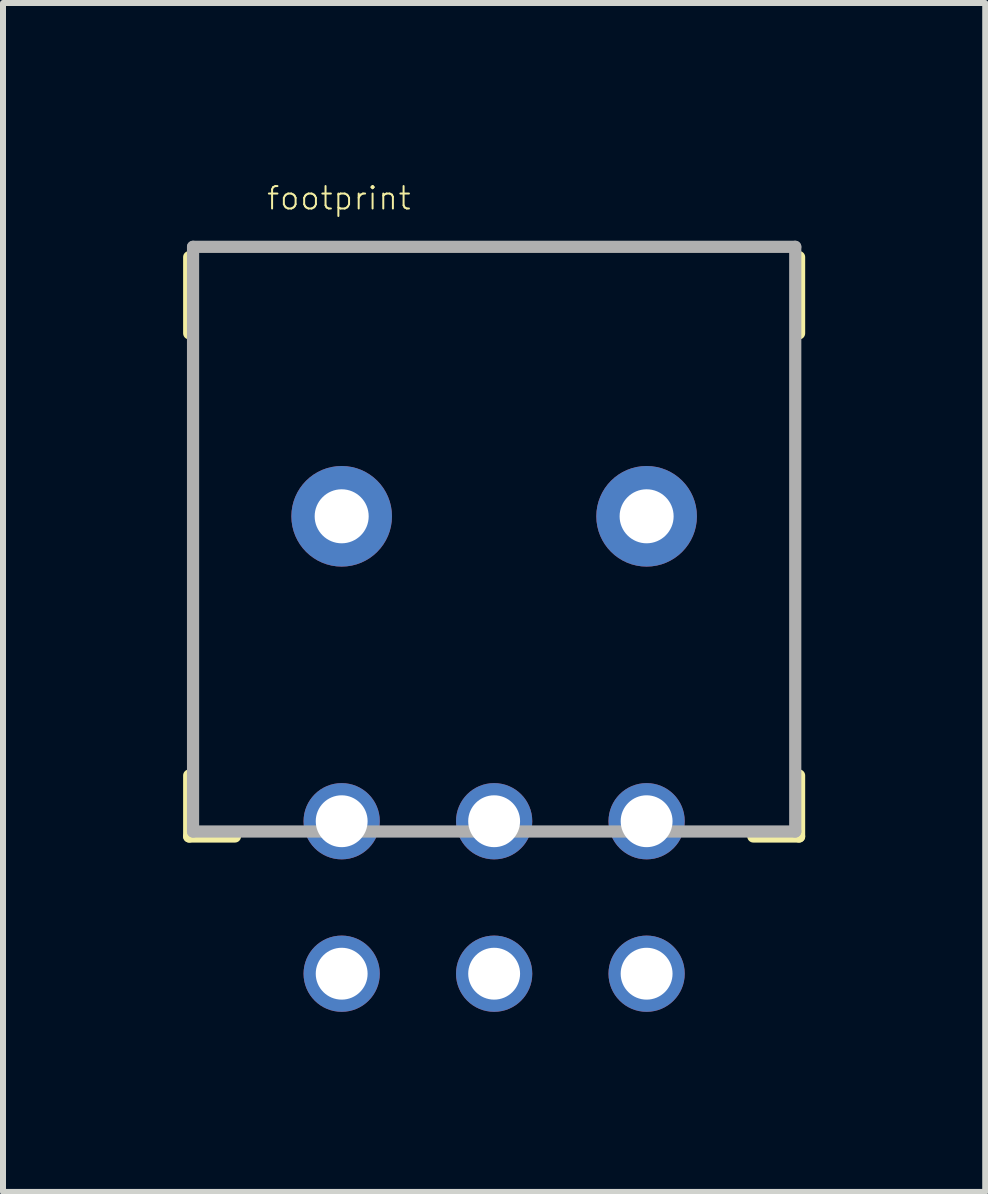
<source format=kicad_pcb>
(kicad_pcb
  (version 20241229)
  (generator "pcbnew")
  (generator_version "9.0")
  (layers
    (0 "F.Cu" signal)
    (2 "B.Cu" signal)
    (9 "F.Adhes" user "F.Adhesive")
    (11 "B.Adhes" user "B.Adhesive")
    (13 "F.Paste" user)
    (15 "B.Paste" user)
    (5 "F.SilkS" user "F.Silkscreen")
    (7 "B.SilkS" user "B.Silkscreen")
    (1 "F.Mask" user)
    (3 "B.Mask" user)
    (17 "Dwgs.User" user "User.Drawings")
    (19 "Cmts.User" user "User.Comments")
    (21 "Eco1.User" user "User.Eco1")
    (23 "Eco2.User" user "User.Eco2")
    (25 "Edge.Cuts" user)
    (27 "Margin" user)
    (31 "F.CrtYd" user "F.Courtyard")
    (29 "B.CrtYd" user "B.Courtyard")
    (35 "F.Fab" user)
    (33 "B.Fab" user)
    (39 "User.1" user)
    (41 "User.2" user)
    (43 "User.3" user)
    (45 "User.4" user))
  (footprint "footprint"
    (layer "F.Cu")
    (at 5.182 13.171)
    (property "Reference" "footprint" (at -3.81 -12.7 0) (layer "F.SilkS") (effects (font (size 0.374 0.374) (thickness 0.033)) (justify left bottom)))
    (fp_line (start -5.08 -10.668) (end -5.08 -11.938) (stroke (width 0.203) (type solid)) (layer "F.SilkS"))
    (fp_line (start -5.08 -2.286) (end -5.08 -3.302) (stroke (width 0.203) (type solid)) (layer "F.SilkS"))
    (fp_line (start -4.318 -2.286) (end -5.08 -2.286) (stroke (width 0.203) (type solid)) (layer "F.SilkS"))
    (fp_line (start 4.318 -2.286) (end 5.08 -2.286) (stroke (width 0.203) (type solid)) (layer "F.SilkS"))
    (fp_line (start 5.08 -10.668) (end 5.08 -11.938) (stroke (width 0.203) (type solid)) (layer "F.SilkS"))
    (fp_line (start 5.08 -2.286) (end 5.08 -3.302) (stroke (width 0.203) (type solid)) (layer "F.SilkS"))
    (fp_line (start -5.016 -12.109) (end 5.016 -12.109) (stroke (width 0.203) (type solid)) (layer "F.Fab"))
    (fp_line (start -5.016 -2.369) (end -5.016 -12.109) (stroke (width 0.203) (type solid)) (layer "F.Fab"))
    (fp_line (start 5.016 -12.109) (end 5.016 -2.369) (stroke (width 0.203) (type solid)) (layer "F.Fab"))
    (fp_line (start 5.016 -2.369) (end -5.016 -2.369) (stroke (width 0.203) (type solid)) (layer "F.Fab"))
    (pad "1" thru_hole circle (at 2.54 -2.54) (size 1.27 1.27) (drill 0.864) (layers "*.Cu" "*.Mask"))
    (pad "2" thru_hole circle (at 0 -2.54) (size 1.27 1.27) (drill 0.864) (layers "*.Cu" "*.Mask"))
    (pad "3" thru_hole circle (at -2.54 -2.54) (size 1.27 1.27) (drill 0.864) (layers "*.Cu" "*.Mask"))
    (pad "4" thru_hole circle (at 2.54 0) (size 1.27 1.27) (drill 0.864) (layers "*.Cu" "*.Mask"))
    (pad "5" thru_hole circle (at 0 0) (size 1.27 1.27) (drill 0.864) (layers "*.Cu" "*.Mask"))
    (pad "6" thru_hole circle (at -2.54 0) (size 1.27 1.27) (drill 0.864) (layers "*.Cu" "*.Mask"))
    (pad "NC@1" thru_hole circle (at -2.54 -7.62) (size 1.676 1.676) (drill 0.9) (layers "*.Cu" "*.Mask"))
    (pad "NC@2" thru_hole circle (at 2.54 -7.62) (size 1.676 1.676) (drill 0.9) (layers "*.Cu" "*.Mask")))
  (gr_rect
    (start -3 -3)
    (end 13.363 16.806)
    (stroke (width 0.1) (type default))
    (fill no)
    (layer "Edge.Cuts")))
</source>
